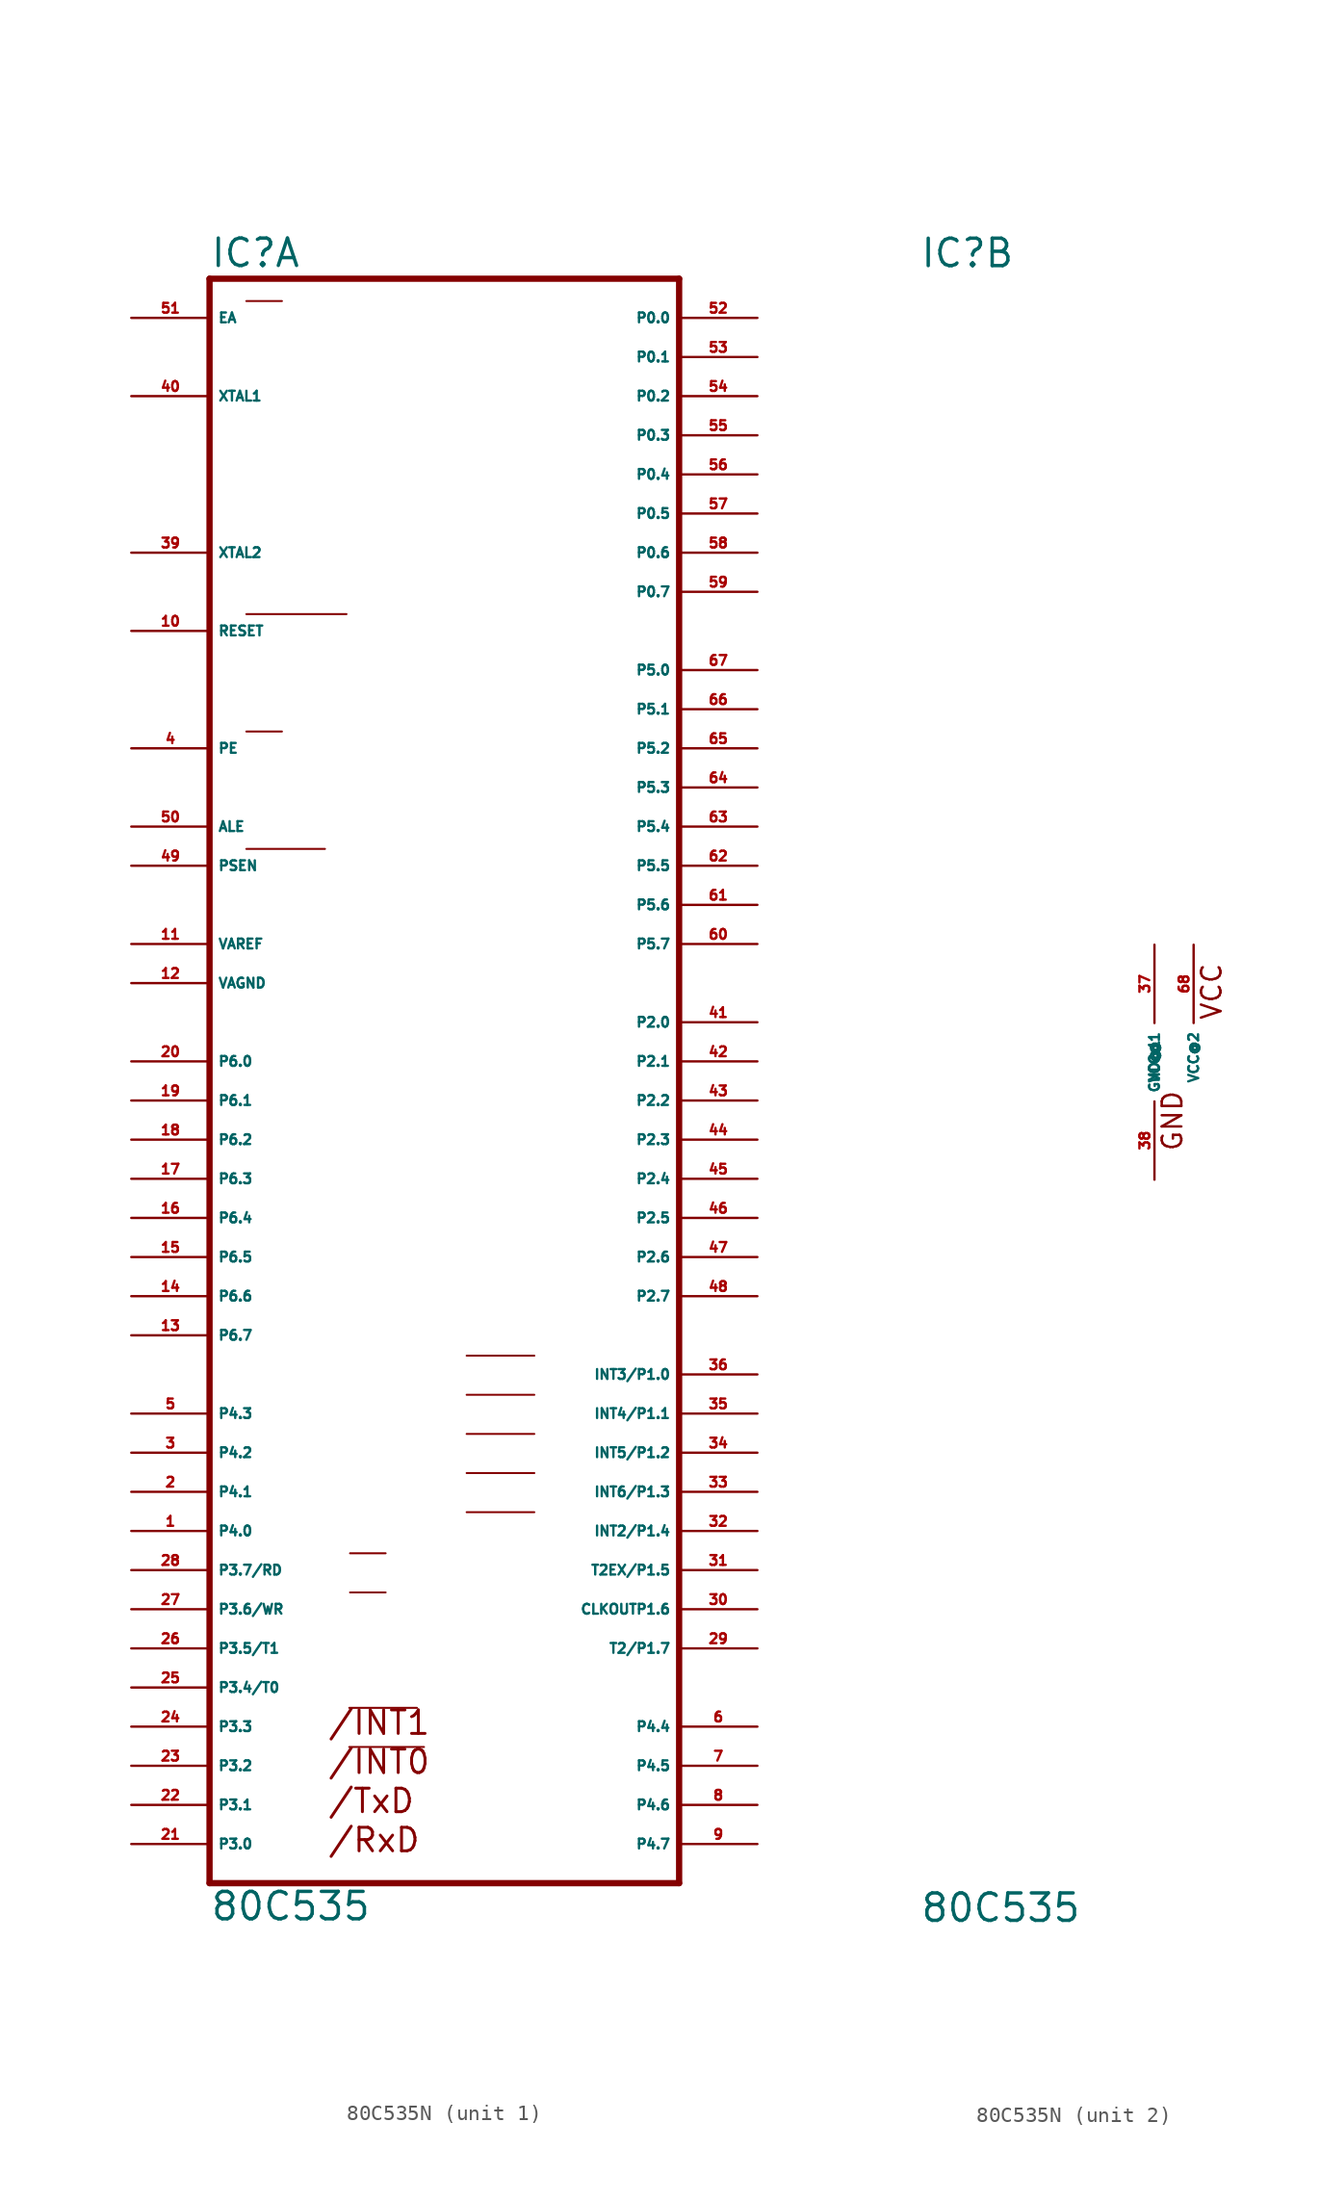
<source format=kicad_sym>
(kicad_symbol_lib
  (version 20220914)
  (generator Eagle2Kicad)
  (symbol "80C535N"
    (property "Reference" "IC"
      (at -15.24 51.435 0)
      (effects (font (size 1.778 1.778) (thickness 0.22)) (justify left bottom)))
    (property "Value" "80C535"
      (at -15.24 -55.88 0)
      (effects (font (size 1.778 1.778) (thickness 0.22)) (justify left bottom)))
    (symbol "80C535N_1_0"
      (polyline (pts (xy -6.172 -41.961) (xy -1.778 -41.961)) (stroke (width 0.127) (type default)) (fill (type none)))
      (polyline (pts (xy -6.172 -44.501) (xy -1.321 -44.501)) (stroke (width 0.127) (type default)) (fill (type none)))
      (polyline (pts (xy -6.121 -31.928) (xy -3.81 -31.928)) (stroke (width 0.127) (type default)) (fill (type none)))
      (polyline (pts (xy -6.121 -34.468) (xy -3.81 -34.468)) (stroke (width 0.127) (type default)) (fill (type none)))
      (polyline (pts (xy -12.852 29.032) (xy -6.35 29.032)) (stroke (width 0.127) (type default)) (fill (type none)))
      (polyline (pts (xy -12.852 21.412) (xy -10.541 21.412)) (stroke (width 0.127) (type default)) (fill (type none)))
      (polyline (pts (xy -12.852 13.792) (xy -7.747 13.792)) (stroke (width 0.127) (type default)) (fill (type none)))
      (polyline (pts (xy -12.852 49.352) (xy -10.541 49.352)) (stroke (width 0.127) (type default)) (fill (type none)))
      (polyline (pts (xy -15.24 -53.34) (xy 15.24 -53.34)) (stroke (width 0.406) (type default)) (fill (type none)))
      (polyline (pts (xy 15.24 -53.34) (xy 15.24 50.8)) (stroke (width 0.406) (type default)) (fill (type none)))
      (polyline (pts (xy 15.24 50.8) (xy -15.24 50.8)) (stroke (width 0.406) (type default)) (fill (type none)))
      (polyline (pts (xy -15.24 50.8) (xy -15.24 -53.34)) (stroke (width 0.406) (type default)) (fill (type none)))
      (polyline (pts (xy 1.448 -19.101) (xy 5.842 -19.101)) (stroke (width 0.127) (type default)) (fill (type none)))
      (polyline (pts (xy 1.448 -21.641) (xy 5.842 -21.641)) (stroke (width 0.127) (type default)) (fill (type none)))
      (polyline (pts (xy 1.448 -24.181) (xy 5.842 -24.181)) (stroke (width 0.127) (type default)) (fill (type none)))
      (polyline (pts (xy 1.448 -26.721) (xy 5.842 -26.721)) (stroke (width 0.127) (type default)) (fill (type none)))
      (polyline (pts (xy 1.448 -29.261) (xy 5.842 -29.261)) (stroke (width 0.127) (type default)) (fill (type none)))
      (text "/INT1" (at -7.62 -43.815 0) (effects (font (size 1.524 1.524) (thickness 0.19)) (justify left bottom)))
      (text "/INT0" (at -7.62 -46.355 0) (effects (font (size 1.524 1.524) (thickness 0.19)) (justify left bottom)))
      (text "/RxD" (at -7.62 -51.435 0) (effects (font (size 1.524 1.524) (thickness 0.19)) (justify left bottom)))
      (text "/TxD" (at -7.62 -48.895 0) (effects (font (size 1.524 1.524) (thickness 0.19)) (justify left bottom)))
      (pin input line (at -20.32 48.26 0) (length 5.08) (name "EA" (effects (font (size 0.635 0.635) (thickness 0.08)) (justify left bottom))) (number "51" (effects (font (size 0.635 0.635) (thickness 0.08)) (justify left bottom))))
      (pin bidirectional line (at 20.32 48.26 180) (length 5.08) (name "P0.0" (effects (font (size 0.635 0.635) (thickness 0.08)) (justify left bottom))) (number "52" (effects (font (size 0.635 0.635) (thickness 0.08)) (justify left bottom))))
      (pin bidirectional line (at 20.32 45.72 180) (length 5.08) (name "P0.1" (effects (font (size 0.635 0.635) (thickness 0.08)) (justify left bottom))) (number "53" (effects (font (size 0.635 0.635) (thickness 0.08)) (justify left bottom))))
      (pin bidirectional line (at 20.32 43.18 180) (length 5.08) (name "P0.2" (effects (font (size 0.635 0.635) (thickness 0.08)) (justify left bottom))) (number "54" (effects (font (size 0.635 0.635) (thickness 0.08)) (justify left bottom))))
      (pin bidirectional line (at 20.32 40.64 180) (length 5.08) (name "P0.3" (effects (font (size 0.635 0.635) (thickness 0.08)) (justify left bottom))) (number "55" (effects (font (size 0.635 0.635) (thickness 0.08)) (justify left bottom))))
      (pin bidirectional line (at 20.32 38.1 180) (length 5.08) (name "P0.4" (effects (font (size 0.635 0.635) (thickness 0.08)) (justify left bottom))) (number "56" (effects (font (size 0.635 0.635) (thickness 0.08)) (justify left bottom))))
      (pin bidirectional line (at 20.32 35.56 180) (length 5.08) (name "P0.5" (effects (font (size 0.635 0.635) (thickness 0.08)) (justify left bottom))) (number "57" (effects (font (size 0.635 0.635) (thickness 0.08)) (justify left bottom))))
      (pin bidirectional line (at 20.32 33.02 180) (length 5.08) (name "P0.6" (effects (font (size 0.635 0.635) (thickness 0.08)) (justify left bottom))) (number "58" (effects (font (size 0.635 0.635) (thickness 0.08)) (justify left bottom))))
      (pin bidirectional line (at 20.32 30.48 180) (length 5.08) (name "P0.7" (effects (font (size 0.635 0.635) (thickness 0.08)) (justify left bottom))) (number "59" (effects (font (size 0.635 0.635) (thickness 0.08)) (justify left bottom))))
      (pin bidirectional line (at 20.32 25.4 180) (length 5.08) (name "P5.0" (effects (font (size 0.635 0.635) (thickness 0.08)) (justify left bottom))) (number "67" (effects (font (size 0.635 0.635) (thickness 0.08)) (justify left bottom))))
      (pin bidirectional line (at 20.32 22.86 180) (length 5.08) (name "P5.1" (effects (font (size 0.635 0.635) (thickness 0.08)) (justify left bottom))) (number "66" (effects (font (size 0.635 0.635) (thickness 0.08)) (justify left bottom))))
      (pin bidirectional line (at 20.32 20.32 180) (length 5.08) (name "P5.2" (effects (font (size 0.635 0.635) (thickness 0.08)) (justify left bottom))) (number "65" (effects (font (size 0.635 0.635) (thickness 0.08)) (justify left bottom))))
      (pin bidirectional line (at 20.32 17.78 180) (length 5.08) (name "P5.3" (effects (font (size 0.635 0.635) (thickness 0.08)) (justify left bottom))) (number "64" (effects (font (size 0.635 0.635) (thickness 0.08)) (justify left bottom))))
      (pin bidirectional line (at 20.32 15.24 180) (length 5.08) (name "P5.4" (effects (font (size 0.635 0.635) (thickness 0.08)) (justify left bottom))) (number "63" (effects (font (size 0.635 0.635) (thickness 0.08)) (justify left bottom))))
      (pin bidirectional line (at 20.32 12.7 180) (length 5.08) (name "P5.5" (effects (font (size 0.635 0.635) (thickness 0.08)) (justify left bottom))) (number "62" (effects (font (size 0.635 0.635) (thickness 0.08)) (justify left bottom))))
      (pin bidirectional line (at 20.32 10.16 180) (length 5.08) (name "P5.6" (effects (font (size 0.635 0.635) (thickness 0.08)) (justify left bottom))) (number "61" (effects (font (size 0.635 0.635) (thickness 0.08)) (justify left bottom))))
      (pin bidirectional line (at 20.32 7.62 180) (length 5.08) (name "P5.7" (effects (font (size 0.635 0.635) (thickness 0.08)) (justify left bottom))) (number "60" (effects (font (size 0.635 0.635) (thickness 0.08)) (justify left bottom))))
      (pin input line (at -20.32 43.18 0) (length 5.08) (name "XTAL1" (effects (font (size 0.635 0.635) (thickness 0.08)) (justify left bottom))) (number "40" (effects (font (size 0.635 0.635) (thickness 0.08)) (justify left bottom))))
      (pin input line (at -20.32 33.02 0) (length 5.08) (name "XTAL2" (effects (font (size 0.635 0.635) (thickness 0.08)) (justify left bottom))) (number "39" (effects (font (size 0.635 0.635) (thickness 0.08)) (justify left bottom))))
      (pin input line (at -20.32 27.94 0) (length 5.08) (name "RESET" (effects (font (size 0.635 0.635) (thickness 0.08)) (justify left bottom))) (number "10" (effects (font (size 0.635 0.635) (thickness 0.08)) (justify left bottom))))
      (pin input line (at -20.32 20.32 0) (length 5.08) (name "PE" (effects (font (size 0.635 0.635) (thickness 0.08)) (justify left bottom))) (number "4" (effects (font (size 0.635 0.635) (thickness 0.08)) (justify left bottom))))
      (pin output line (at -20.32 15.24 0) (length 5.08) (name "ALE" (effects (font (size 0.635 0.635) (thickness 0.08)) (justify left bottom))) (number "50" (effects (font (size 0.635 0.635) (thickness 0.08)) (justify left bottom))))
      (pin output line (at -20.32 12.7 0) (length 5.08) (name "PSEN" (effects (font (size 0.635 0.635) (thickness 0.08)) (justify left bottom))) (number "49" (effects (font (size 0.635 0.635) (thickness 0.08)) (justify left bottom))))
      (pin bidirectional line (at -20.32 7.62 0) (length 5.08) (name "VAREF" (effects (font (size 0.635 0.635) (thickness 0.08)) (justify left bottom))) (number "11" (effects (font (size 0.635 0.635) (thickness 0.08)) (justify left bottom))))
      (pin bidirectional line (at -20.32 5.08 0) (length 5.08) (name "VAGND" (effects (font (size 0.635 0.635) (thickness 0.08)) (justify left bottom))) (number "12" (effects (font (size 0.635 0.635) (thickness 0.08)) (justify left bottom))))
      (pin input line (at -20.32 0 0) (length 5.08) (name "P6.0" (effects (font (size 0.635 0.635) (thickness 0.08)) (justify left bottom))) (number "20" (effects (font (size 0.635 0.635) (thickness 0.08)) (justify left bottom))))
      (pin input line (at -20.32 -2.54 0) (length 5.08) (name "P6.1" (effects (font (size 0.635 0.635) (thickness 0.08)) (justify left bottom))) (number "19" (effects (font (size 0.635 0.635) (thickness 0.08)) (justify left bottom))))
      (pin input line (at -20.32 -5.08 0) (length 5.08) (name "P6.2" (effects (font (size 0.635 0.635) (thickness 0.08)) (justify left bottom))) (number "18" (effects (font (size 0.635 0.635) (thickness 0.08)) (justify left bottom))))
      (pin input line (at -20.32 -7.62 0) (length 5.08) (name "P6.3" (effects (font (size 0.635 0.635) (thickness 0.08)) (justify left bottom))) (number "17" (effects (font (size 0.635 0.635) (thickness 0.08)) (justify left bottom))))
      (pin input line (at -20.32 -10.16 0) (length 5.08) (name "P6.4" (effects (font (size 0.635 0.635) (thickness 0.08)) (justify left bottom))) (number "16" (effects (font (size 0.635 0.635) (thickness 0.08)) (justify left bottom))))
      (pin input line (at -20.32 -15.24 0) (length 5.08) (name "P6.6" (effects (font (size 0.635 0.635) (thickness 0.08)) (justify left bottom))) (number "14" (effects (font (size 0.635 0.635) (thickness 0.08)) (justify left bottom))))
      (pin input line (at -20.32 -17.78 0) (length 5.08) (name "P6.7" (effects (font (size 0.635 0.635) (thickness 0.08)) (justify left bottom))) (number "13" (effects (font (size 0.635 0.635) (thickness 0.08)) (justify left bottom))))
      (pin bidirectional line (at -20.32 -22.86 0) (length 5.08) (name "P4.3" (effects (font (size 0.635 0.635) (thickness 0.08)) (justify left bottom))) (number "5" (effects (font (size 0.635 0.635) (thickness 0.08)) (justify left bottom))))
      (pin input line (at -20.32 -12.7 0) (length 5.08) (name "P6.5" (effects (font (size 0.635 0.635) (thickness 0.08)) (justify left bottom))) (number "15" (effects (font (size 0.635 0.635) (thickness 0.08)) (justify left bottom))))
      (pin bidirectional line (at 20.32 2.54 180) (length 5.08) (name "P2.0" (effects (font (size 0.635 0.635) (thickness 0.08)) (justify left bottom))) (number "41" (effects (font (size 0.635 0.635) (thickness 0.08)) (justify left bottom))))
      (pin bidirectional line (at -20.32 -25.4 0) (length 5.08) (name "P4.2" (effects (font (size 0.635 0.635) (thickness 0.08)) (justify left bottom))) (number "3" (effects (font (size 0.635 0.635) (thickness 0.08)) (justify left bottom))))
      (pin bidirectional line (at -20.32 -27.94 0) (length 5.08) (name "P4.1" (effects (font (size 0.635 0.635) (thickness 0.08)) (justify left bottom))) (number "2" (effects (font (size 0.635 0.635) (thickness 0.08)) (justify left bottom))))
      (pin bidirectional line (at -20.32 -30.48 0) (length 5.08) (name "P4.0" (effects (font (size 0.635 0.635) (thickness 0.08)) (justify left bottom))) (number "1" (effects (font (size 0.635 0.635) (thickness 0.08)) (justify left bottom))))
      (pin bidirectional line (at 20.32 0 180) (length 5.08) (name "P2.1" (effects (font (size 0.635 0.635) (thickness 0.08)) (justify left bottom))) (number "42" (effects (font (size 0.635 0.635) (thickness 0.08)) (justify left bottom))))
      (pin bidirectional line (at 20.32 -2.54 180) (length 5.08) (name "P2.2" (effects (font (size 0.635 0.635) (thickness 0.08)) (justify left bottom))) (number "43" (effects (font (size 0.635 0.635) (thickness 0.08)) (justify left bottom))))
      (pin bidirectional line (at 20.32 -5.08 180) (length 5.08) (name "P2.3" (effects (font (size 0.635 0.635) (thickness 0.08)) (justify left bottom))) (number "44" (effects (font (size 0.635 0.635) (thickness 0.08)) (justify left bottom))))
      (pin bidirectional line (at 20.32 -7.62 180) (length 5.08) (name "P2.4" (effects (font (size 0.635 0.635) (thickness 0.08)) (justify left bottom))) (number "45" (effects (font (size 0.635 0.635) (thickness 0.08)) (justify left bottom))))
      (pin bidirectional line (at 20.32 -10.16 180) (length 5.08) (name "P2.5" (effects (font (size 0.635 0.635) (thickness 0.08)) (justify left bottom))) (number "46" (effects (font (size 0.635 0.635) (thickness 0.08)) (justify left bottom))))
      (pin bidirectional line (at 20.32 -12.7 180) (length 5.08) (name "P2.6" (effects (font (size 0.635 0.635) (thickness 0.08)) (justify left bottom))) (number "47" (effects (font (size 0.635 0.635) (thickness 0.08)) (justify left bottom))))
      (pin bidirectional line (at 20.32 -15.24 180) (length 5.08) (name "P2.7" (effects (font (size 0.635 0.635) (thickness 0.08)) (justify left bottom))) (number "48" (effects (font (size 0.635 0.635) (thickness 0.08)) (justify left bottom))))
      (pin bidirectional line (at 20.32 -20.32 180) (length 5.08) (name "INT3/P1.0" (effects (font (size 0.635 0.635) (thickness 0.08)) (justify left bottom))) (number "36" (effects (font (size 0.635 0.635) (thickness 0.08)) (justify left bottom))))
      (pin bidirectional line (at 20.32 -22.86 180) (length 5.08) (name "INT4/P1.1" (effects (font (size 0.635 0.635) (thickness 0.08)) (justify left bottom))) (number "35" (effects (font (size 0.635 0.635) (thickness 0.08)) (justify left bottom))))
      (pin bidirectional line (at 20.32 -25.4 180) (length 5.08) (name "INT5/P1.2" (effects (font (size 0.635 0.635) (thickness 0.08)) (justify left bottom))) (number "34" (effects (font (size 0.635 0.635) (thickness 0.08)) (justify left bottom))))
      (pin bidirectional line (at 20.32 -27.94 180) (length 5.08) (name "INT6/P1.3" (effects (font (size 0.635 0.635) (thickness 0.08)) (justify left bottom))) (number "33" (effects (font (size 0.635 0.635) (thickness 0.08)) (justify left bottom))))
      (pin bidirectional line (at 20.32 -30.48 180) (length 5.08) (name "INT2/P1.4" (effects (font (size 0.635 0.635) (thickness 0.08)) (justify left bottom))) (number "32" (effects (font (size 0.635 0.635) (thickness 0.08)) (justify left bottom))))
      (pin bidirectional line (at 20.32 -33.02 180) (length 5.08) (name "T2EX/P1.5" (effects (font (size 0.635 0.635) (thickness 0.08)) (justify left bottom))) (number "31" (effects (font (size 0.635 0.635) (thickness 0.08)) (justify left bottom))))
      (pin bidirectional line (at 20.32 -35.56 180) (length 5.08) (name "CLKOUTP1.6" (effects (font (size 0.635 0.635) (thickness 0.08)) (justify left bottom))) (number "30" (effects (font (size 0.635 0.635) (thickness 0.08)) (justify left bottom))))
      (pin bidirectional line (at 20.32 -38.1 180) (length 5.08) (name "T2/P1.7" (effects (font (size 0.635 0.635) (thickness 0.08)) (justify left bottom))) (number "29" (effects (font (size 0.635 0.635) (thickness 0.08)) (justify left bottom))))
      (pin bidirectional line (at 20.32 -43.18 180) (length 5.08) (name "P4.4" (effects (font (size 0.635 0.635) (thickness 0.08)) (justify left bottom))) (number "6" (effects (font (size 0.635 0.635) (thickness 0.08)) (justify left bottom))))
      (pin bidirectional line (at 20.32 -45.72 180) (length 5.08) (name "P4.5" (effects (font (size 0.635 0.635) (thickness 0.08)) (justify left bottom))) (number "7" (effects (font (size 0.635 0.635) (thickness 0.08)) (justify left bottom))))
      (pin bidirectional line (at 20.32 -48.26 180) (length 5.08) (name "P4.6" (effects (font (size 0.635 0.635) (thickness 0.08)) (justify left bottom))) (number "8" (effects (font (size 0.635 0.635) (thickness 0.08)) (justify left bottom))))
      (pin bidirectional line (at 20.32 -50.8 180) (length 5.08) (name "P4.7" (effects (font (size 0.635 0.635) (thickness 0.08)) (justify left bottom))) (number "9" (effects (font (size 0.635 0.635) (thickness 0.08)) (justify left bottom))))
      (pin bidirectional line (at -20.32 -50.8 0) (length 5.08) (name "P3.0" (effects (font (size 0.635 0.635) (thickness 0.08)) (justify left bottom))) (number "21" (effects (font (size 0.635 0.635) (thickness 0.08)) (justify left bottom))))
      (pin bidirectional line (at -20.32 -48.26 0) (length 5.08) (name "P3.1" (effects (font (size 0.635 0.635) (thickness 0.08)) (justify left bottom))) (number "22" (effects (font (size 0.635 0.635) (thickness 0.08)) (justify left bottom))))
      (pin bidirectional line (at -20.32 -45.72 0) (length 5.08) (name "P3.2" (effects (font (size 0.635 0.635) (thickness 0.08)) (justify left bottom))) (number "23" (effects (font (size 0.635 0.635) (thickness 0.08)) (justify left bottom))))
      (pin bidirectional line (at -20.32 -43.18 0) (length 5.08) (name "P3.3" (effects (font (size 0.635 0.635) (thickness 0.08)) (justify left bottom))) (number "24" (effects (font (size 0.635 0.635) (thickness 0.08)) (justify left bottom))))
      (pin bidirectional line (at -20.32 -40.64 0) (length 5.08) (name "P3.4/T0" (effects (font (size 0.635 0.635) (thickness 0.08)) (justify left bottom))) (number "25" (effects (font (size 0.635 0.635) (thickness 0.08)) (justify left bottom))))
      (pin bidirectional line (at -20.32 -38.1 0) (length 5.08) (name "P3.5/T1" (effects (font (size 0.635 0.635) (thickness 0.08)) (justify left bottom))) (number "26" (effects (font (size 0.635 0.635) (thickness 0.08)) (justify left bottom))))
      (pin bidirectional line (at -20.32 -35.56 0) (length 5.08) (name "P3.6/WR" (effects (font (size 0.635 0.635) (thickness 0.08)) (justify left bottom))) (number "27" (effects (font (size 0.635 0.635) (thickness 0.08)) (justify left bottom))))
      (pin bidirectional line (at -20.32 -33.02 0) (length 5.08) (name "P3.7/RD" (effects (font (size 0.635 0.635) (thickness 0.08)) (justify left bottom))) (number "28" (effects (font (size 0.635 0.635) (thickness 0.08)) (justify left bottom)))))
    (symbol "80C535N_2_0"
      (text "VCC" (at 4.445 2.667 900) (effects (font (size 1.27 1.27) (thickness 0.16)) (justify left bottom)))
      (text "GND" (at 1.905 -5.842 900) (effects (font (size 1.27 1.27) (thickness 0.16)) (justify left bottom)))
      (pin unspecified line (at 0 -7.62 90) (length 5.08) (name "GND@1" (effects (font (size 0.635 0.635) (thickness 0.08)) (justify left bottom))) (number "38" (effects (font (size 0.635 0.635) (thickness 0.08)) (justify left bottom))))
      (pin unspecified line (at 0 7.62 270) (length 5.08) (name "VCC@1" (effects (font (size 0.635 0.635) (thickness 0.08)) (justify left bottom))) (number "37" (effects (font (size 0.635 0.635) (thickness 0.08)) (justify left bottom))))
      (pin unspecified line (at 2.54 7.62 270) (length 5.08) (name "VCC@2" (effects (font (size 0.635 0.635) (thickness 0.08)) (justify left bottom))) (number "68" (effects (font (size 0.635 0.635) (thickness 0.08)) (justify left bottom)))))))
</source>
